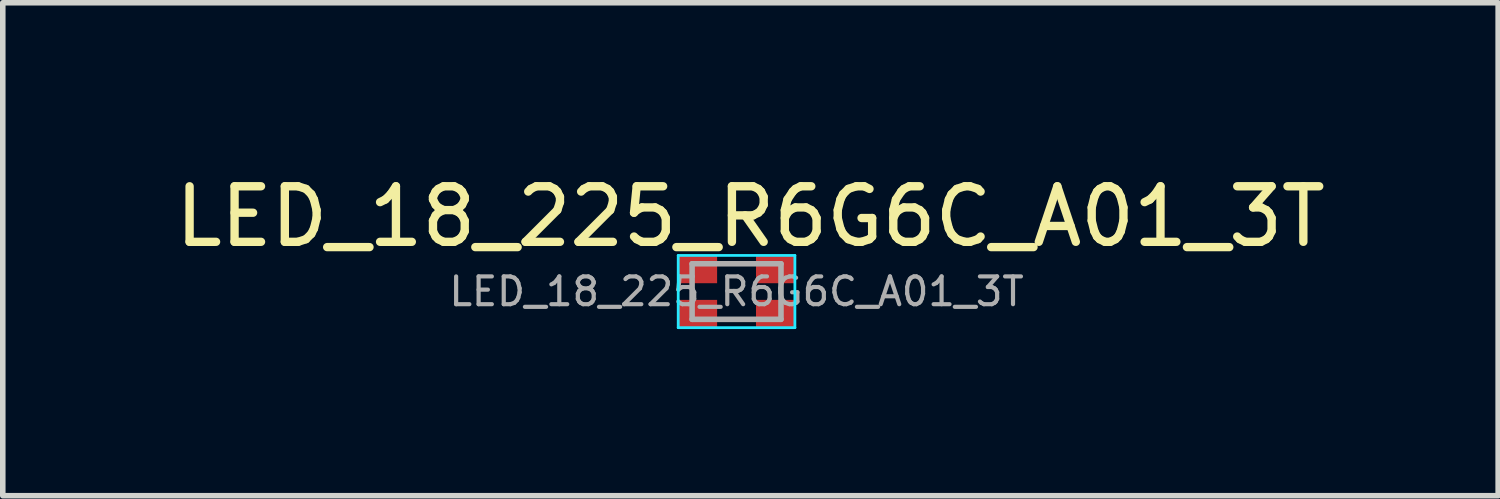
<source format=kicad_pcb>
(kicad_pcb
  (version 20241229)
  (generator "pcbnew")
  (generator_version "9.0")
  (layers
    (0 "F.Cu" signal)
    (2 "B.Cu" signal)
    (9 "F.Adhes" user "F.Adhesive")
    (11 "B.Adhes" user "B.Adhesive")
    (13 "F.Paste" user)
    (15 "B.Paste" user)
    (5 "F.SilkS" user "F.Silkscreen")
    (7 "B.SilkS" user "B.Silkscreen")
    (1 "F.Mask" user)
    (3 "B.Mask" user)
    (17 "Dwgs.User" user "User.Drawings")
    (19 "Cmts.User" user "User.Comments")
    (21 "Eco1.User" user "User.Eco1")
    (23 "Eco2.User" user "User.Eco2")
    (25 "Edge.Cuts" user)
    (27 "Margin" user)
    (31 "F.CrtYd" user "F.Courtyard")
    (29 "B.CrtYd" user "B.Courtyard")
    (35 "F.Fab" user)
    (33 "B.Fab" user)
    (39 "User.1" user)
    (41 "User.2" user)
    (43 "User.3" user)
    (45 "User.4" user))
  (footprint "LED_18_225_R6G6C_A01_3T"
    (layer "F.Cu")
    (at 10.208 2.198)
    (property "Reference" "LED_18_225_R6G6C_A01_3T" (at 0.25 -1.35 0) (layer "F.SilkS") (effects (font (size 1 1) (thickness 0.15))))
    (attr smd)
    (fp_line (start -1.05 -0.65) (end 1.05 -0.65) (stroke (width 0.05) (type solid)) (layer "B.CrtYd"))
    (fp_line (start -1.05 0.65) (end -1.05 -0.65) (stroke (width 0.05) (type solid)) (layer "B.CrtYd"))
    (fp_line (start 1.05 -0.65) (end 1.05 0.65) (stroke (width 0.05) (type solid)) (layer "B.CrtYd"))
    (fp_line (start 1.05 0.65) (end -1.05 0.65) (stroke (width 0.05) (type solid)) (layer "B.CrtYd"))
    (fp_line (start -0.8 -0.5) (end -0.8 0.5) (stroke (width 0.1) (type solid)) (layer "F.Fab"))
    (fp_line (start -0.8 0.5) (end 0.8 0.5) (stroke (width 0.1) (type solid)) (layer "F.Fab"))
    (fp_line (start 0.8 -0.5) (end -0.8 -0.5) (stroke (width 0.1) (type solid)) (layer "F.Fab"))
    (fp_line (start 0.8 0.5) (end 0.8 -0.5) (stroke (width 0.1) (type solid)) (layer "F.Fab"))
    (fp_text user "${REFERENCE}" (at 0 0 0) (layer "F.Fab") (effects (font (size 0.5 0.5) (thickness 0.075))))
    (pad "1" smd rect (at 0.7 0.4) (size 0.7 0.5) (layers "F.Cu" "F.Mask" "F.Paste"))
    (pad "2" smd rect (at -0.7 0.4) (size 0.7 0.5) (layers "F.Cu" "F.Mask" "F.Paste"))
    (pad "3" smd rect (at 0.7 -0.4) (size 0.7 0.5) (layers "F.Cu" "F.Mask" "F.Paste"))
    (pad "4" smd rect (at -0.7 -0.4) (size 0.7 0.5) (layers "F.Cu" "F.Mask" "F.Paste")))
  (gr_rect
    (start -3 -3)
    (end 23.917 5.873)
    (stroke (width 0.1) (type default))
    (fill no)
    (layer "Edge.Cuts")))
</source>
